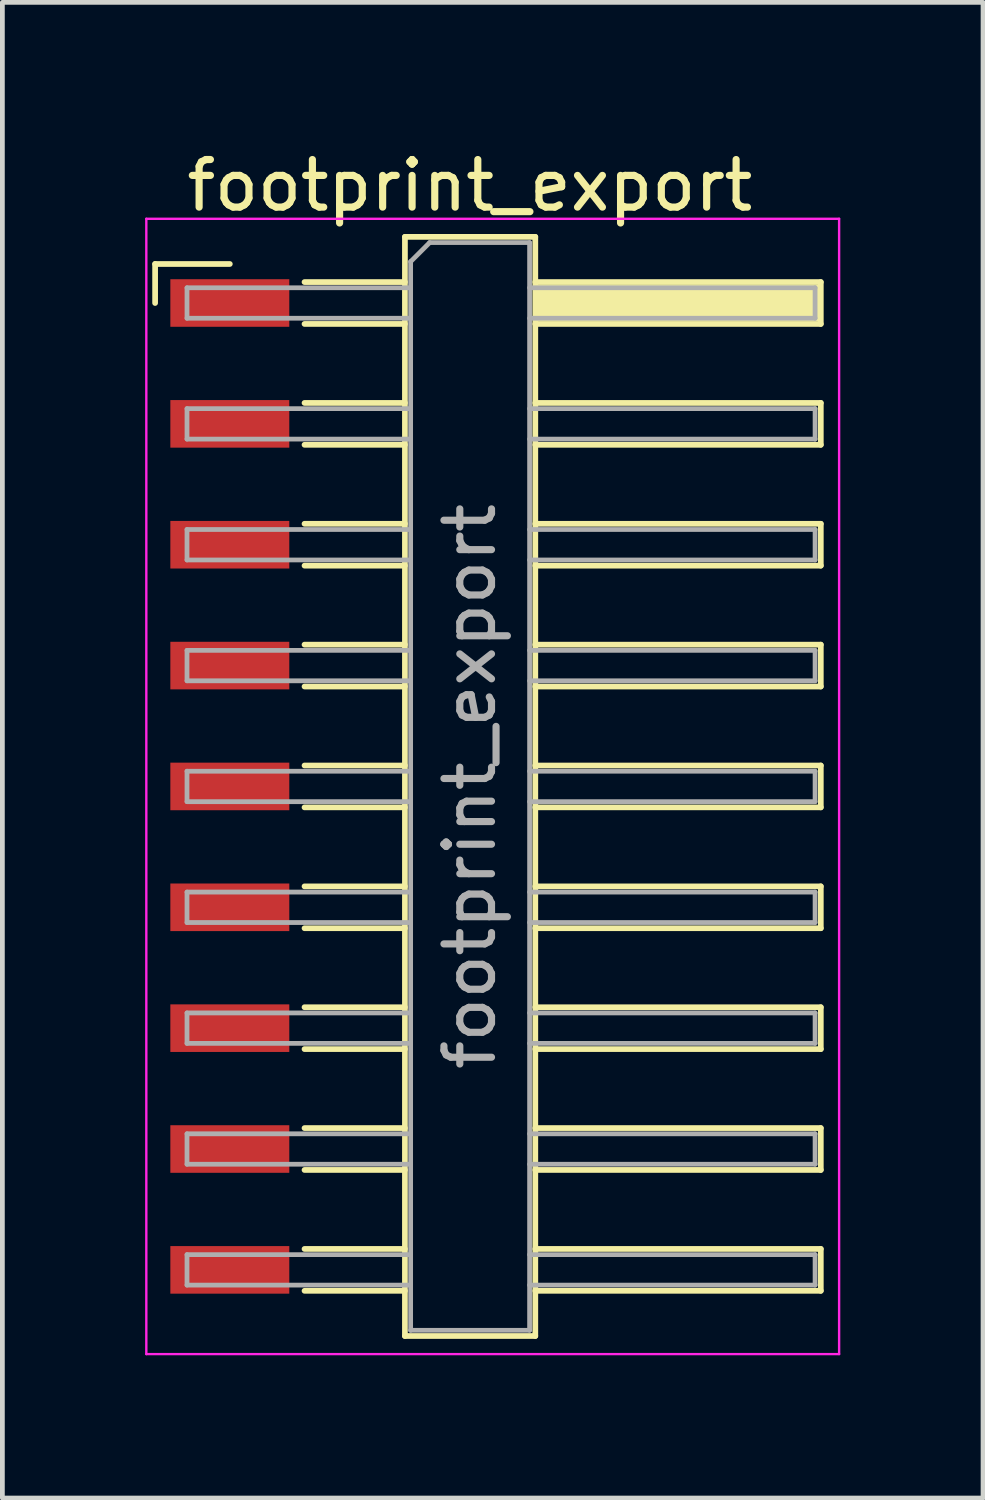
<source format=kicad_pcb>
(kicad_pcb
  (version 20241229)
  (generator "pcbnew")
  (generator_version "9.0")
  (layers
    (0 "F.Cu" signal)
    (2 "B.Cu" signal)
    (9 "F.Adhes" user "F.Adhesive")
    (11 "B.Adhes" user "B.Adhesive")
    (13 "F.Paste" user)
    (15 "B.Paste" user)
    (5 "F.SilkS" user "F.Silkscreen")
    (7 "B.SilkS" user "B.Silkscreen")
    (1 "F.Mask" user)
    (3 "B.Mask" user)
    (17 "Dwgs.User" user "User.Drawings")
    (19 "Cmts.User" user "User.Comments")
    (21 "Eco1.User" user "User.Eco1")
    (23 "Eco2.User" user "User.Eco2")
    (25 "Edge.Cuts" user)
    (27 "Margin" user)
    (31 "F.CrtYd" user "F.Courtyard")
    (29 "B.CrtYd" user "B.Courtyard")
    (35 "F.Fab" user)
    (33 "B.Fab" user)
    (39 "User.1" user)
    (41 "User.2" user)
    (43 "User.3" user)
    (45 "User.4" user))
  (footprint "footprint_export"
    (layer "F.Cu")
    (at 7.305 13.478)
    (property "Reference" "footprint_export" (at -0.48 -12.63 0) (layer "F.SilkS") (effects (font (size 1 1) (thickness 0.15))))
    (attr smd)
    (fp_line (start -7.095 -10.98) (end -5.525 -10.98) (stroke (width 0.12) (type solid)) (layer "F.SilkS"))
    (fp_line (start -7.095 -10.16) (end -7.095 -10.98) (stroke (width 0.12) (type solid)) (layer "F.SilkS"))
    (fp_line (start -3.955 -10.6) (end -1.845 -10.6) (stroke (width 0.12) (type solid)) (layer "F.SilkS"))
    (fp_line (start -3.955 -9.72) (end -1.845 -9.72) (stroke (width 0.12) (type solid)) (layer "F.SilkS"))
    (fp_line (start -3.955 -8.06) (end -1.845 -8.06) (stroke (width 0.12) (type solid)) (layer "F.SilkS"))
    (fp_line (start -3.955 -7.18) (end -1.845 -7.18) (stroke (width 0.12) (type solid)) (layer "F.SilkS"))
    (fp_line (start -3.955 -5.52) (end -1.845 -5.52) (stroke (width 0.12) (type solid)) (layer "F.SilkS"))
    (fp_line (start -3.955 -4.64) (end -1.845 -4.64) (stroke (width 0.12) (type solid)) (layer "F.SilkS"))
    (fp_line (start -3.955 -2.98) (end -1.845 -2.98) (stroke (width 0.12) (type solid)) (layer "F.SilkS"))
    (fp_line (start -3.955 -2.1) (end -1.845 -2.1) (stroke (width 0.12) (type solid)) (layer "F.SilkS"))
    (fp_line (start -3.955 -0.44) (end -1.845 -0.44) (stroke (width 0.12) (type solid)) (layer "F.SilkS"))
    (fp_line (start -3.955 0.44) (end -1.845 0.44) (stroke (width 0.12) (type solid)) (layer "F.SilkS"))
    (fp_line (start -3.955 2.1) (end -1.845 2.1) (stroke (width 0.12) (type solid)) (layer "F.SilkS"))
    (fp_line (start -3.955 2.98) (end -1.845 2.98) (stroke (width 0.12) (type solid)) (layer "F.SilkS"))
    (fp_line (start -3.955 4.64) (end -1.845 4.64) (stroke (width 0.12) (type solid)) (layer "F.SilkS"))
    (fp_line (start -3.955 5.52) (end -1.845 5.52) (stroke (width 0.12) (type solid)) (layer "F.SilkS"))
    (fp_line (start -3.955 7.18) (end -1.845 7.18) (stroke (width 0.12) (type solid)) (layer "F.SilkS"))
    (fp_line (start -3.955 8.06) (end -1.845 8.06) (stroke (width 0.12) (type solid)) (layer "F.SilkS"))
    (fp_line (start -3.955 9.72) (end -1.845 9.72) (stroke (width 0.12) (type solid)) (layer "F.SilkS"))
    (fp_line (start -3.955 10.6) (end -1.845 10.6) (stroke (width 0.12) (type solid)) (layer "F.SilkS"))
    (fp_line (start -1.845 -11.55) (end 0.895 -11.55) (stroke (width 0.12) (type solid)) (layer "F.SilkS"))
    (fp_line (start -1.845 11.55) (end -1.845 -11.55) (stroke (width 0.12) (type solid)) (layer "F.SilkS"))
    (fp_line (start 0.895 -11.55) (end 0.895 11.55) (stroke (width 0.12) (type solid)) (layer "F.SilkS"))
    (fp_line (start 0.895 -10.6) (end 6.895 -10.6) (stroke (width 0.12) (type solid)) (layer "F.SilkS"))
    (fp_line (start 0.895 -8.06) (end 6.895 -8.06) (stroke (width 0.12) (type solid)) (layer "F.SilkS"))
    (fp_line (start 0.895 -5.52) (end 6.895 -5.52) (stroke (width 0.12) (type solid)) (layer "F.SilkS"))
    (fp_line (start 0.895 -2.98) (end 6.895 -2.98) (stroke (width 0.12) (type solid)) (layer "F.SilkS"))
    (fp_line (start 0.895 -0.44) (end 6.895 -0.44) (stroke (width 0.12) (type solid)) (layer "F.SilkS"))
    (fp_line (start 0.895 2.1) (end 6.895 2.1) (stroke (width 0.12) (type solid)) (layer "F.SilkS"))
    (fp_line (start 0.895 4.64) (end 6.895 4.64) (stroke (width 0.12) (type solid)) (layer "F.SilkS"))
    (fp_line (start 0.895 7.18) (end 6.895 7.18) (stroke (width 0.12) (type solid)) (layer "F.SilkS"))
    (fp_line (start 0.895 9.72) (end 6.895 9.72) (stroke (width 0.12) (type solid)) (layer "F.SilkS"))
    (fp_line (start 0.895 11.55) (end -1.845 11.55) (stroke (width 0.12) (type solid)) (layer "F.SilkS"))
    (fp_line (start 6.895 -10.6) (end 6.895 -9.72) (stroke (width 0.12) (type solid)) (layer "F.SilkS"))
    (fp_line (start 6.895 -9.72) (end 0.895 -9.72) (stroke (width 0.12) (type solid)) (layer "F.SilkS"))
    (fp_line (start 6.895 -8.06) (end 6.895 -7.18) (stroke (width 0.12) (type solid)) (layer "F.SilkS"))
    (fp_line (start 6.895 -7.18) (end 0.895 -7.18) (stroke (width 0.12) (type solid)) (layer "F.SilkS"))
    (fp_line (start 6.895 -5.52) (end 6.895 -4.64) (stroke (width 0.12) (type solid)) (layer "F.SilkS"))
    (fp_line (start 6.895 -4.64) (end 0.895 -4.64) (stroke (width 0.12) (type solid)) (layer "F.SilkS"))
    (fp_line (start 6.895 -2.98) (end 6.895 -2.1) (stroke (width 0.12) (type solid)) (layer "F.SilkS"))
    (fp_line (start 6.895 -2.1) (end 0.895 -2.1) (stroke (width 0.12) (type solid)) (layer "F.SilkS"))
    (fp_line (start 6.895 -0.44) (end 6.895 0.44) (stroke (width 0.12) (type solid)) (layer "F.SilkS"))
    (fp_line (start 6.895 0.44) (end 0.895 0.44) (stroke (width 0.12) (type solid)) (layer "F.SilkS"))
    (fp_line (start 6.895 2.1) (end 6.895 2.98) (stroke (width 0.12) (type solid)) (layer "F.SilkS"))
    (fp_line (start 6.895 2.98) (end 0.895 2.98) (stroke (width 0.12) (type solid)) (layer "F.SilkS"))
    (fp_line (start 6.895 4.64) (end 6.895 5.52) (stroke (width 0.12) (type solid)) (layer "F.SilkS"))
    (fp_line (start 6.895 5.52) (end 0.895 5.52) (stroke (width 0.12) (type solid)) (layer "F.SilkS"))
    (fp_line (start 6.895 7.18) (end 6.895 8.06) (stroke (width 0.12) (type solid)) (layer "F.SilkS"))
    (fp_line (start 6.895 8.06) (end 0.895 8.06) (stroke (width 0.12) (type solid)) (layer "F.SilkS"))
    (fp_line (start 6.895 9.72) (end 6.895 10.6) (stroke (width 0.12) (type solid)) (layer "F.SilkS"))
    (fp_line (start 6.895 10.6) (end 0.895 10.6) (stroke (width 0.12) (type solid)) (layer "F.SilkS"))
    (fp_line (start -7.28 -11.93) (end 7.28 -11.93) (stroke (width 0.05) (type solid)) (layer "F.CrtYd"))
    (fp_line (start -7.28 11.93) (end -7.28 -11.93) (stroke (width 0.05) (type solid)) (layer "F.CrtYd"))
    (fp_line (start 7.28 -11.93) (end 7.28 11.93) (stroke (width 0.05) (type solid)) (layer "F.CrtYd"))
    (fp_line (start 7.28 11.93) (end -7.28 11.93) (stroke (width 0.05) (type solid)) (layer "F.CrtYd"))
    (fp_line (start -6.425 -10.48) (end -6.425 -9.84) (stroke (width 0.1) (type solid)) (layer "F.Fab"))
    (fp_line (start -6.425 -9.84) (end -1.725 -9.84) (stroke (width 0.1) (type solid)) (layer "F.Fab"))
    (fp_line (start -6.425 -7.94) (end -6.425 -7.3) (stroke (width 0.1) (type solid)) (layer "F.Fab"))
    (fp_line (start -6.425 -7.3) (end -1.725 -7.3) (stroke (width 0.1) (type solid)) (layer "F.Fab"))
    (fp_line (start -6.425 -5.4) (end -6.425 -4.76) (stroke (width 0.1) (type solid)) (layer "F.Fab"))
    (fp_line (start -6.425 -4.76) (end -1.725 -4.76) (stroke (width 0.1) (type solid)) (layer "F.Fab"))
    (fp_line (start -6.425 -2.86) (end -6.425 -2.22) (stroke (width 0.1) (type solid)) (layer "F.Fab"))
    (fp_line (start -6.425 -2.22) (end -1.725 -2.22) (stroke (width 0.1) (type solid)) (layer "F.Fab"))
    (fp_line (start -6.425 -0.32) (end -6.425 0.32) (stroke (width 0.1) (type solid)) (layer "F.Fab"))
    (fp_line (start -6.425 0.32) (end -1.725 0.32) (stroke (width 0.1) (type solid)) (layer "F.Fab"))
    (fp_line (start -6.425 2.22) (end -6.425 2.86) (stroke (width 0.1) (type solid)) (layer "F.Fab"))
    (fp_line (start -6.425 2.86) (end -1.725 2.86) (stroke (width 0.1) (type solid)) (layer "F.Fab"))
    (fp_line (start -6.425 4.76) (end -6.425 5.4) (stroke (width 0.1) (type solid)) (layer "F.Fab"))
    (fp_line (start -6.425 5.4) (end -1.725 5.4) (stroke (width 0.1) (type solid)) (layer "F.Fab"))
    (fp_line (start -6.425 7.3) (end -6.425 7.94) (stroke (width 0.1) (type solid)) (layer "F.Fab"))
    (fp_line (start -6.425 7.94) (end -1.725 7.94) (stroke (width 0.1) (type solid)) (layer "F.Fab"))
    (fp_line (start -6.425 9.84) (end -6.425 10.48) (stroke (width 0.1) (type solid)) (layer "F.Fab"))
    (fp_line (start -6.425 10.48) (end -1.725 10.48) (stroke (width 0.1) (type solid)) (layer "F.Fab"))
    (fp_line (start -1.725 -11.03) (end -1.325 -11.43) (stroke (width 0.1) (type solid)) (layer "F.Fab"))
    (fp_line (start -1.725 -10.48) (end -6.425 -10.48) (stroke (width 0.1) (type solid)) (layer "F.Fab"))
    (fp_line (start -1.725 -7.94) (end -6.425 -7.94) (stroke (width 0.1) (type solid)) (layer "F.Fab"))
    (fp_line (start -1.725 -5.4) (end -6.425 -5.4) (stroke (width 0.1) (type solid)) (layer "F.Fab"))
    (fp_line (start -1.725 -2.86) (end -6.425 -2.86) (stroke (width 0.1) (type solid)) (layer "F.Fab"))
    (fp_line (start -1.725 -0.32) (end -6.425 -0.32) (stroke (width 0.1) (type solid)) (layer "F.Fab"))
    (fp_line (start -1.725 2.22) (end -6.425 2.22) (stroke (width 0.1) (type solid)) (layer "F.Fab"))
    (fp_line (start -1.725 4.76) (end -6.425 4.76) (stroke (width 0.1) (type solid)) (layer "F.Fab"))
    (fp_line (start -1.725 7.3) (end -6.425 7.3) (stroke (width 0.1) (type solid)) (layer "F.Fab"))
    (fp_line (start -1.725 9.84) (end -6.425 9.84) (stroke (width 0.1) (type solid)) (layer "F.Fab"))
    (fp_line (start -1.725 11.43) (end -1.725 -11.03) (stroke (width 0.1) (type solid)) (layer "F.Fab"))
    (fp_line (start -1.325 -11.43) (end 0.775 -11.43) (stroke (width 0.1) (type solid)) (layer "F.Fab"))
    (fp_line (start 0.775 -11.43) (end 0.775 11.43) (stroke (width 0.1) (type solid)) (layer "F.Fab"))
    (fp_line (start 0.775 -10.48) (end 6.775 -10.48) (stroke (width 0.1) (type solid)) (layer "F.Fab"))
    (fp_line (start 0.775 -7.94) (end 6.775 -7.94) (stroke (width 0.1) (type solid)) (layer "F.Fab"))
    (fp_line (start 0.775 -5.4) (end 6.775 -5.4) (stroke (width 0.1) (type solid)) (layer "F.Fab"))
    (fp_line (start 0.775 -2.86) (end 6.775 -2.86) (stroke (width 0.1) (type solid)) (layer "F.Fab"))
    (fp_line (start 0.775 -0.32) (end 6.775 -0.32) (stroke (width 0.1) (type solid)) (layer "F.Fab"))
    (fp_line (start 0.775 2.22) (end 6.775 2.22) (stroke (width 0.1) (type solid)) (layer "F.Fab"))
    (fp_line (start 0.775 4.76) (end 6.775 4.76) (stroke (width 0.1) (type solid)) (layer "F.Fab"))
    (fp_line (start 0.775 7.3) (end 6.775 7.3) (stroke (width 0.1) (type solid)) (layer "F.Fab"))
    (fp_line (start 0.775 9.84) (end 6.775 9.84) (stroke (width 0.1) (type solid)) (layer "F.Fab"))
    (fp_line (start 0.775 11.43) (end -1.725 11.43) (stroke (width 0.1) (type solid)) (layer "F.Fab"))
    (fp_line (start 6.775 -10.48) (end 6.775 -9.84) (stroke (width 0.1) (type solid)) (layer "F.Fab"))
    (fp_line (start 6.775 -9.84) (end 0.775 -9.84) (stroke (width 0.1) (type solid)) (layer "F.Fab"))
    (fp_line (start 6.775 -7.94) (end 6.775 -7.3) (stroke (width 0.1) (type solid)) (layer "F.Fab"))
    (fp_line (start 6.775 -7.3) (end 0.775 -7.3) (stroke (width 0.1) (type solid)) (layer "F.Fab"))
    (fp_line (start 6.775 -5.4) (end 6.775 -4.76) (stroke (width 0.1) (type solid)) (layer "F.Fab"))
    (fp_line (start 6.775 -4.76) (end 0.775 -4.76) (stroke (width 0.1) (type solid)) (layer "F.Fab"))
    (fp_line (start 6.775 -2.86) (end 6.775 -2.22) (stroke (width 0.1) (type solid)) (layer "F.Fab"))
    (fp_line (start 6.775 -2.22) (end 0.775 -2.22) (stroke (width 0.1) (type solid)) (layer "F.Fab"))
    (fp_line (start 6.775 -0.32) (end 6.775 0.32) (stroke (width 0.1) (type solid)) (layer "F.Fab"))
    (fp_line (start 6.775 0.32) (end 0.775 0.32) (stroke (width 0.1) (type solid)) (layer "F.Fab"))
    (fp_line (start 6.775 2.22) (end 6.775 2.86) (stroke (width 0.1) (type solid)) (layer "F.Fab"))
    (fp_line (start 6.775 2.86) (end 0.775 2.86) (stroke (width 0.1) (type solid)) (layer "F.Fab"))
    (fp_line (start 6.775 4.76) (end 6.775 5.4) (stroke (width 0.1) (type solid)) (layer "F.Fab"))
    (fp_line (start 6.775 5.4) (end 0.775 5.4) (stroke (width 0.1) (type solid)) (layer "F.Fab"))
    (fp_line (start 6.775 7.3) (end 6.775 7.94) (stroke (width 0.1) (type solid)) (layer "F.Fab"))
    (fp_line (start 6.775 7.94) (end 0.775 7.94) (stroke (width 0.1) (type solid)) (layer "F.Fab"))
    (fp_line (start 6.775 9.84) (end 6.775 10.48) (stroke (width 0.1) (type solid)) (layer "F.Fab"))
    (fp_line (start 6.775 10.48) (end 0.775 10.48) (stroke (width 0.1) (type solid)) (layer "F.Fab"))
    (fp_text user "${REFERENCE}" (at -0.48 0 90) (layer "F.Fab") (effects (font (size 1 1) (thickness 0.15))))
    (pad "" smd rect (at 3.895 -10.16) (size 6 0.76) (layers "F.SilkS"))
    (pad "1" smd rect (at -5.525 -10.16) (size 2.5 1) (layers "F.Cu" "F.Mask" "F.Paste"))
    (pad "2" smd rect (at -5.525 -7.62) (size 2.5 1) (layers "F.Cu" "F.Mask" "F.Paste"))
    (pad "3" smd rect (at -5.525 -5.08) (size 2.5 1) (layers "F.Cu" "F.Mask" "F.Paste"))
    (pad "4" smd rect (at -5.525 -2.54) (size 2.5 1) (layers "F.Cu" "F.Mask" "F.Paste"))
    (pad "5" smd rect (at -5.525 0) (size 2.5 1) (layers "F.Cu" "F.Mask" "F.Paste"))
    (pad "6" smd rect (at -5.525 2.54) (size 2.5 1) (layers "F.Cu" "F.Mask" "F.Paste"))
    (pad "7" smd rect (at -5.525 5.08) (size 2.5 1) (layers "F.Cu" "F.Mask" "F.Paste"))
    (pad "8" smd rect (at -5.525 7.62) (size 2.5 1) (layers "F.Cu" "F.Mask" "F.Paste"))
    (pad "9" smd rect (at -5.525 10.16) (size 2.5 1) (layers "F.Cu" "F.Mask" "F.Paste")))
  (gr_rect
    (start -3 -3)
    (end 17.61 28.433)
    (stroke (width 0.1) (type default))
    (fill no)
    (layer "Edge.Cuts")))
</source>
